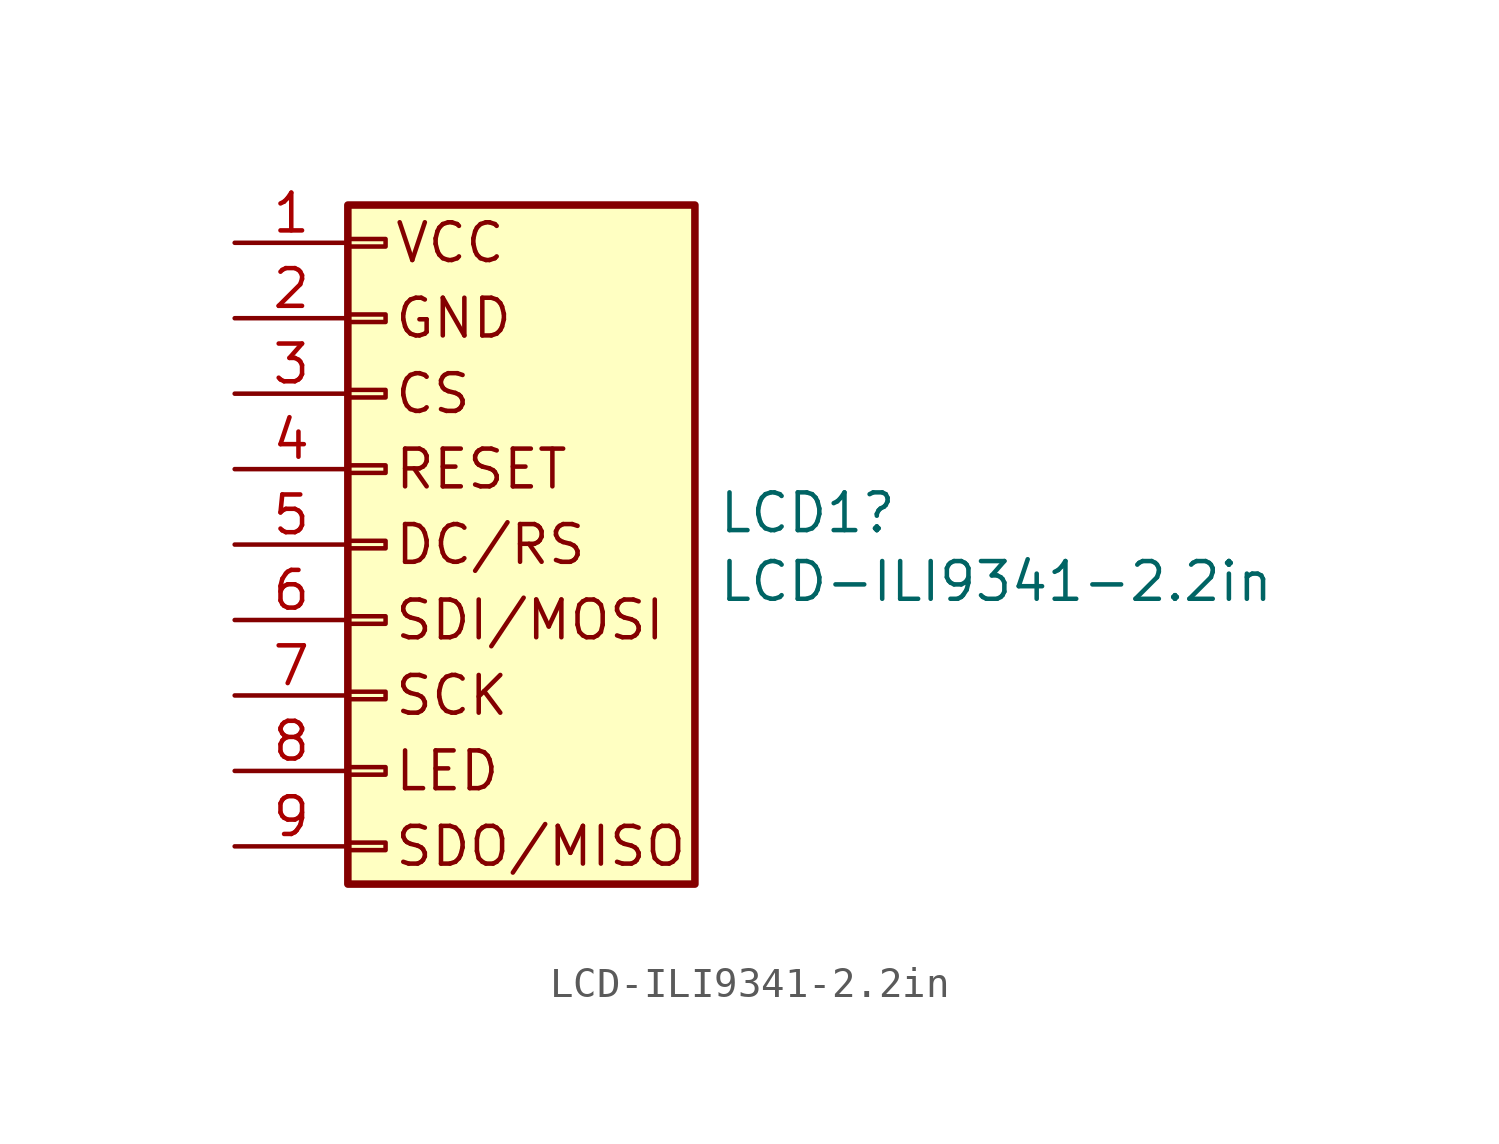
<source format=kicad_sym>
(kicad_symbol_lib
  (version 20220914)
  (generator kicad_symbol_editor)
  (symbol "LCD-ILI9341-2.2in"
    (pin_names
      (offset 1.016) hide)
    (property "Reference" "LCD1"
      (at 11.176 1.067 0)
      (effects (font (size 1.27 1.27)) (justify left)))
    (property "Value" "LCD-ILI9341-2.2in"
      (at 11.176 -1.245 0)
      (effects (font (size 1.27 1.27)) (justify left)))
    (symbol "LCD-ILI9341-2.2in_0_0"
      (text "VCC" (at 0.254 10.16 0) (effects (font (size 1.27 1.27)) (justify left))))
    (symbol "LCD-ILI9341-2.2in_1_1"
      (rectangle (start -1.27 -10.033) (end 0 -10.287) (stroke (width 0.152) (type solid)) (fill (type none)))
      (rectangle (start -1.27 -7.493) (end 0 -7.747) (stroke (width 0.152) (type solid)) (fill (type none)))
      (rectangle (start -1.27 -4.953) (end 0 -5.207) (stroke (width 0.152) (type solid)) (fill (type none)))
      (rectangle (start -1.27 -2.413) (end 0 -2.667) (stroke (width 0.152) (type solid)) (fill (type none)))
      (rectangle (start -1.27 0.127) (end 0 -0.127) (stroke (width 0.152) (type solid)) (fill (type none)))
      (rectangle (start -1.27 2.667) (end 0 2.413) (stroke (width 0.152) (type solid)) (fill (type none)))
      (rectangle (start -1.27 5.207) (end 0 4.953) (stroke (width 0.152) (type solid)) (fill (type none)))
      (rectangle (start -1.27 7.747) (end 0 7.493) (stroke (width 0.152) (type solid)) (fill (type none)))
      (rectangle (start -1.27 10.287) (end 0 10.033) (stroke (width 0.152) (type solid)) (fill (type none)))
      (rectangle (start -1.27 11.43) (end 10.414 -11.43) (stroke (width 0.254) (type solid)) (fill (type background)))
      (text "CS" (at 0.254 5.08 0) (effects (font (size 1.27 1.27)) (justify left)))
      (text "DC/RS" (at 0.254 0 0) (effects (font (size 1.27 1.27)) (justify left)))
      (text "GND" (at 0.254 7.62 0) (effects (font (size 1.27 1.27)) (justify left)))
      (text "LED" (at 0.254 -7.62 0) (effects (font (size 1.27 1.27)) (justify left)))
      (text "RESET" (at 0.254 2.54 0) (effects (font (size 1.27 1.27)) (justify left)))
      (text "SCK" (at 0.254 -5.08 0) (effects (font (size 1.27 1.27)) (justify left)))
      (text "SDI/MOSI" (at 0.254 -2.54 0) (effects (font (size 1.27 1.27)) (justify left)))
      (text "SDO/MISO" (at 0.254 -10.16 0) (effects (font (size 1.27 1.27)) (justify left)))
      (pin passive line (at -5.08 10.16 0) (length 3.81) (name "Pin_1" (effects (font (size 1.27 1.27)))) (number "1" (effects (font (size 1.27 1.27)))))
      (pin passive line (at -5.08 7.62 0) (length 3.81) (name "Pin_2" (effects (font (size 1.27 1.27)))) (number "2" (effects (font (size 1.27 1.27)))))
      (pin passive line (at -5.08 5.08 0) (length 3.81) (name "Pin_3" (effects (font (size 1.27 1.27)))) (number "3" (effects (font (size 1.27 1.27)))))
      (pin passive line (at -5.08 2.54 0) (length 3.81) (name "Pin_4" (effects (font (size 1.27 1.27)))) (number "4" (effects (font (size 1.27 1.27)))))
      (pin passive line (at -5.08 0 0) (length 3.81) (name "Pin_5" (effects (font (size 1.27 1.27)))) (number "5" (effects (font (size 1.27 1.27)))))
      (pin passive line (at -5.08 -2.54 0) (length 3.81) (name "Pin_6" (effects (font (size 1.27 1.27)))) (number "6" (effects (font (size 1.27 1.27)))))
      (pin passive line (at -5.08 -5.08 0) (length 3.81) (name "Pin_7" (effects (font (size 1.27 1.27)))) (number "7" (effects (font (size 1.27 1.27)))))
      (pin passive line (at -5.08 -7.62 0) (length 3.81) (name "Pin_8" (effects (font (size 1.27 1.27)))) (number "8" (effects (font (size 1.27 1.27)))))
      (pin passive line (at -5.08 -10.16 0) (length 3.81) (name "Pin_9" (effects (font (size 1.27 1.27)))) (number "9" (effects (font (size 1.27 1.27))))))))
</source>
